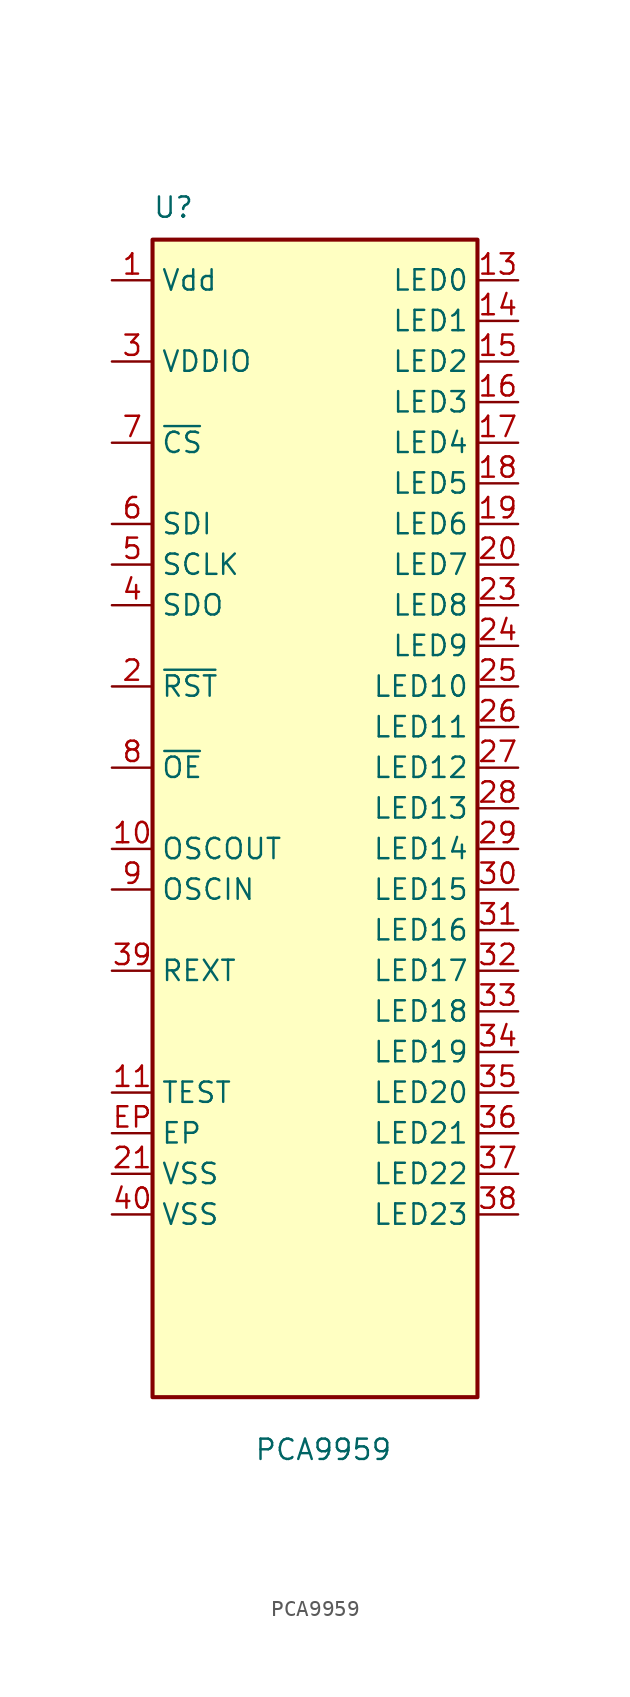
<source format=kicad_sym>
(kicad_symbol_lib
  (version 20211014)
  (generator kicad_symbol_editor)
  (symbol "PCA9959"
    (property "Reference" "U"
      (at -10.16 1.27 0)
      (effects (font (size 1.27 1.27)) (justify left bottom)))
    (property "Value" "PCA9959"
      (at -3.81 -74.93 0)
      (effects (font (size 1.27 1.27)) (justify left top)))
    (symbol "PCA9959_0_0"
      (pin unspecified line (at 12.7 -38.1 180) (length 2.54) (name "LED14" (effects (font (size 1.27 1.27)))) (number "29" (effects (font (size 1.27 1.27)))))
      (pin unspecified line (at 12.7 -40.64 180) (length 2.54) (name "LED15" (effects (font (size 1.27 1.27)))) (number "30" (effects (font (size 1.27 1.27)))))
      (pin unspecified line (at 12.7 -43.18 180) (length 2.54) (name "LED16" (effects (font (size 1.27 1.27)))) (number "31" (effects (font (size 1.27 1.27)))))
      (pin unspecified line (at 12.7 -45.72 180) (length 2.54) (name "LED17" (effects (font (size 1.27 1.27)))) (number "32" (effects (font (size 1.27 1.27)))))
      (pin unspecified line (at 12.7 -48.26 180) (length 2.54) (name "LED18" (effects (font (size 1.27 1.27)))) (number "33" (effects (font (size 1.27 1.27)))))
      (pin unspecified line (at 12.7 -50.8 180) (length 2.54) (name "LED19" (effects (font (size 1.27 1.27)))) (number "34" (effects (font (size 1.27 1.27)))))
      (pin unspecified line (at 12.7 -53.34 180) (length 2.54) (name "LED20" (effects (font (size 1.27 1.27)))) (number "35" (effects (font (size 1.27 1.27)))))
      (pin unspecified line (at 12.7 -55.88 180) (length 2.54) (name "LED21" (effects (font (size 1.27 1.27)))) (number "36" (effects (font (size 1.27 1.27)))))
      (pin unspecified line (at 12.7 -58.42 180) (length 2.54) (name "LED22" (effects (font (size 1.27 1.27)))) (number "37" (effects (font (size 1.27 1.27)))))
      (pin unspecified line (at 12.7 -60.96 180) (length 2.54) (name "LED23" (effects (font (size 1.27 1.27)))) (number "38" (effects (font (size 1.27 1.27)))))
      (pin unspecified line (at -12.7 -45.72 0) (length 2.54) (name "REXT" (effects (font (size 1.27 1.27)))) (number "39" (effects (font (size 1.27 1.27)))))
      (pin unspecified line (at -12.7 -60.96 0) (length 2.54) (name "VSS" (effects (font (size 1.27 1.27)))) (number "40" (effects (font (size 1.27 1.27)))))
      (pin unspecified line (at -12.7 -55.88 0) (length 2.54) (name "EP" (effects (font (size 1.27 1.27)))) (number "EP" (effects (font (size 1.27 1.27))))))
    (symbol "PCA9959_0_1"
      (rectangle (start -10.16 0) (end 10.16 -72.39) (stroke (width 0.254) (type default) (color 0 0 0 0)) (fill (type background))))
    (symbol "PCA9959_1_1"
      (pin input line (at -12.7 -2.54 0) (length 2.54) (name "Vdd" (effects (font (size 1.27 1.27)))) (number "1" (effects (font (size 1.27 1.27)))))
      (pin output line (at -12.7 -38.1 0) (length 2.54) (name "OSCOUT" (effects (font (size 1.27 1.27)))) (number "10" (effects (font (size 1.27 1.27)))))
      (pin output line (at -12.7 -53.34 0) (length 2.54) (name "TEST" (effects (font (size 1.27 1.27)))) (number "11" (effects (font (size 1.27 1.27)))))
      (pin output line (at -12.7 -69.85 0) (length 2.54) hide (name "N/C" (effects (font (size 1.27 1.27)))) (number "12" (effects (font (size 1.27 1.27)))))
      (pin output line (at 12.7 -2.54 180) (length 2.54) (name "LED0" (effects (font (size 1.27 1.27)))) (number "13" (effects (font (size 1.27 1.27)))))
      (pin output line (at 12.7 -5.08 180) (length 2.54) (name "LED1" (effects (font (size 1.27 1.27)))) (number "14" (effects (font (size 1.27 1.27)))))
      (pin output line (at 12.7 -7.62 180) (length 2.54) (name "LED2" (effects (font (size 1.27 1.27)))) (number "15" (effects (font (size 1.27 1.27)))))
      (pin output line (at 12.7 -10.16 180) (length 2.54) (name "LED3" (effects (font (size 1.27 1.27)))) (number "16" (effects (font (size 1.27 1.27)))))
      (pin output line (at 12.7 -12.7 180) (length 2.54) (name "LED4" (effects (font (size 1.27 1.27)))) (number "17" (effects (font (size 1.27 1.27)))))
      (pin output line (at 12.7 -15.24 180) (length 2.54) (name "LED5" (effects (font (size 1.27 1.27)))) (number "18" (effects (font (size 1.27 1.27)))))
      (pin output line (at 12.7 -17.78 180) (length 2.54) (name "LED6" (effects (font (size 1.27 1.27)))) (number "19" (effects (font (size 1.27 1.27)))))
      (pin input line (at -12.7 -27.94 0) (length 2.54) (name "~{RST}" (effects (font (size 1.27 1.27)))) (number "2" (effects (font (size 1.27 1.27)))))
      (pin output line (at 12.7 -20.32 180) (length 2.54) (name "LED7" (effects (font (size 1.27 1.27)))) (number "20" (effects (font (size 1.27 1.27)))))
      (pin output line (at -12.7 -58.42 0) (length 2.54) (name "VSS" (effects (font (size 1.27 1.27)))) (number "21" (effects (font (size 1.27 1.27)))))
      (pin output line (at -12.7 -67.31 0) (length 2.54) hide (name "N/C" (effects (font (size 1.27 1.27)))) (number "22" (effects (font (size 1.27 1.27)))))
      (pin input line (at 12.7 -22.86 180) (length 2.54) (name "LED8" (effects (font (size 1.27 1.27)))) (number "23" (effects (font (size 1.27 1.27)))))
      (pin input line (at 12.7 -25.4 180) (length 2.54) (name "LED9" (effects (font (size 1.27 1.27)))) (number "24" (effects (font (size 1.27 1.27)))))
      (pin input line (at 12.7 -27.94 180) (length 2.54) (name "LED10" (effects (font (size 1.27 1.27)))) (number "25" (effects (font (size 1.27 1.27)))))
      (pin unspecified line (at 12.7 -30.48 180) (length 2.54) (name "LED11" (effects (font (size 1.27 1.27)))) (number "26" (effects (font (size 1.27 1.27)))))
      (pin unspecified line (at 12.7 -33.02 180) (length 2.54) (name "LED12" (effects (font (size 1.27 1.27)))) (number "27" (effects (font (size 1.27 1.27)))))
      (pin unspecified line (at 12.7 -35.56 180) (length 2.54) (name "LED13" (effects (font (size 1.27 1.27)))) (number "28" (effects (font (size 1.27 1.27)))))
      (pin input line (at -12.7 -7.62 0) (length 2.54) (name "VDDIO" (effects (font (size 1.27 1.27)))) (number "3" (effects (font (size 1.27 1.27)))))
      (pin input line (at -12.7 -22.86 0) (length 2.54) (name "SDO" (effects (font (size 1.27 1.27)))) (number "4" (effects (font (size 1.27 1.27)))))
      (pin input line (at -12.7 -20.32 0) (length 2.54) (name "SCLK" (effects (font (size 1.27 1.27)))) (number "5" (effects (font (size 1.27 1.27)))))
      (pin output line (at -12.7 -17.78 0) (length 2.54) (name "SDI" (effects (font (size 1.27 1.27)))) (number "6" (effects (font (size 1.27 1.27)))))
      (pin output line (at -12.7 -12.7 0) (length 2.54) (name "~{CS}" (effects (font (size 1.27 1.27)))) (number "7" (effects (font (size 1.27 1.27)))))
      (pin output line (at -12.7 -33.02 0) (length 2.54) (name "~{OE}" (effects (font (size 1.27 1.27)))) (number "8" (effects (font (size 1.27 1.27)))))
      (pin output line (at -12.7 -40.64 0) (length 2.54) (name "OSCIN" (effects (font (size 1.27 1.27)))) (number "9" (effects (font (size 1.27 1.27))))))))
</source>
